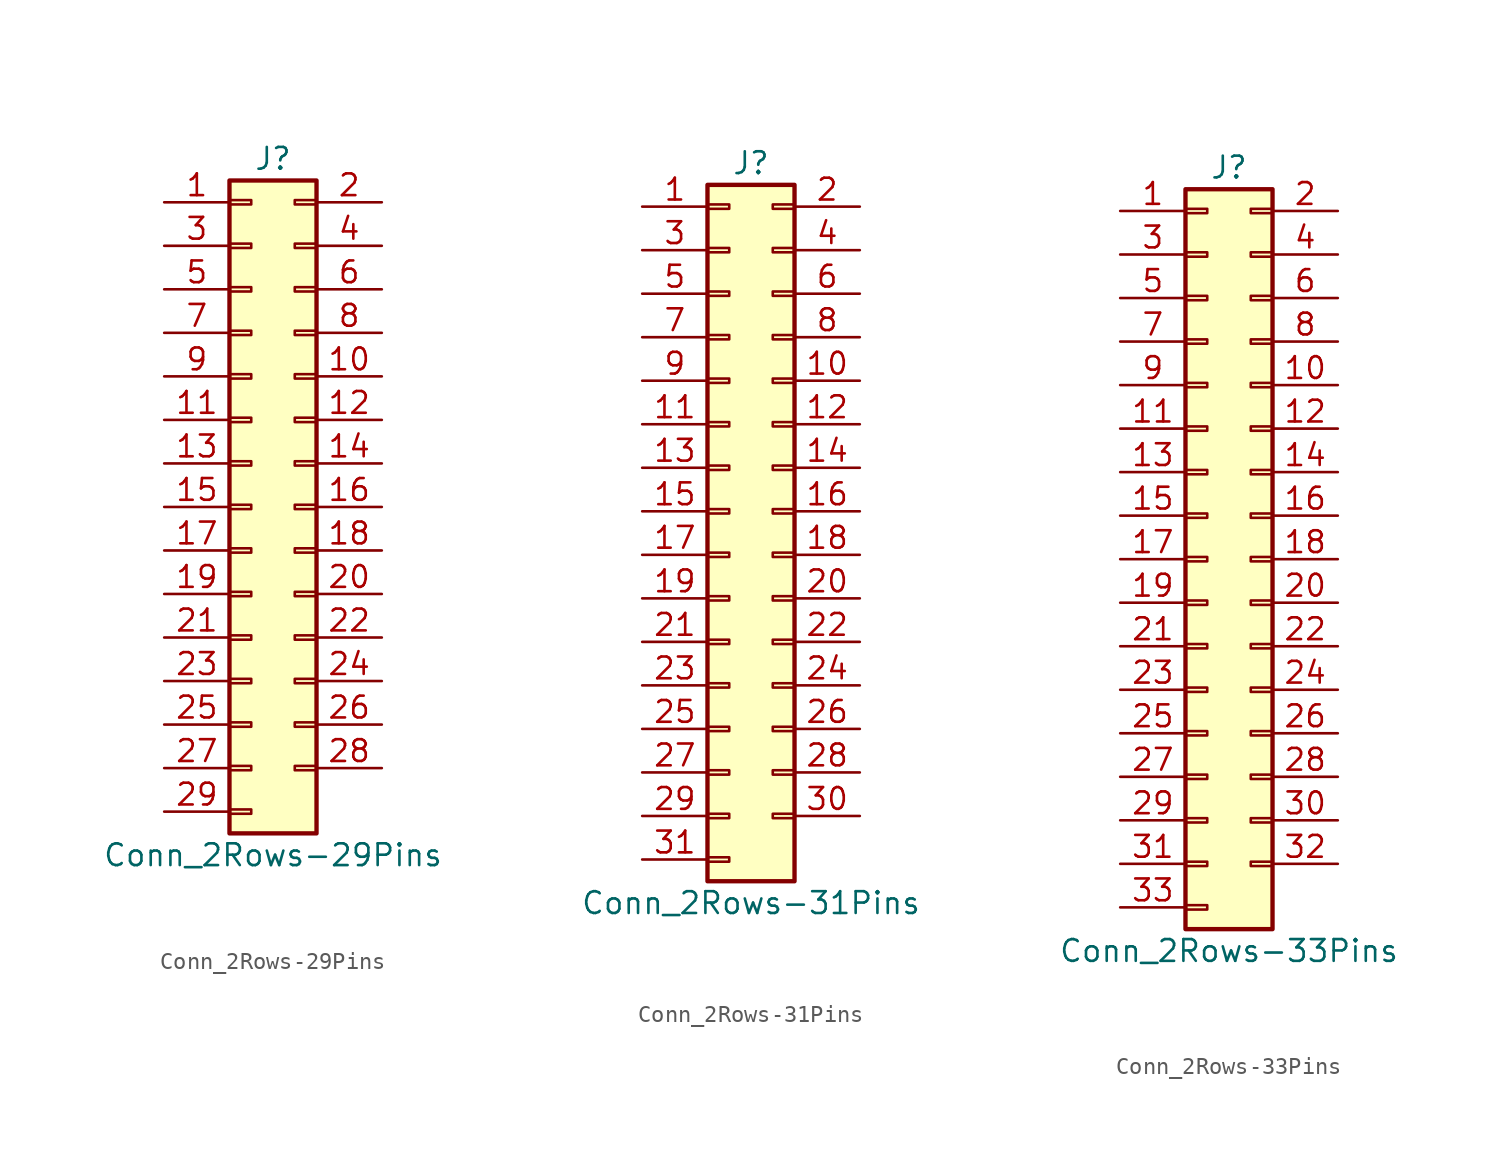
<source format=kicad_sym>
(kicad_symbol_lib
  (version 20201005)
  (generator kicad_symbol_editor)
  (symbol "Connector_Generic:Conn_2Rows-29Pins"
    (pin_names
      (offset 1.016) hide)
    (property "Reference" "J"
      (at 1.27 20.32 0)
      (effects (font (size 1.27 1.27))))
    (property "Value" "Conn_2Rows-29Pins"
      (at 1.27 -20.32 0)
      (effects (font (size 1.27 1.27))))
    (symbol "Conn_2Rows-29Pins_1_1"
      (rectangle (start -1.27 -4.953) (end 0 -5.207) (stroke (width 0.152)) (fill (type none)))
      (rectangle (start -1.27 -7.493) (end 0 -7.747) (stroke (width 0.152)) (fill (type none)))
      (rectangle (start -1.27 -10.033) (end 0 -10.287) (stroke (width 0.152)) (fill (type none)))
      (rectangle (start -1.27 -12.573) (end 0 -12.827) (stroke (width 0.152)) (fill (type none)))
      (rectangle (start -1.27 -15.113) (end 0 -15.367) (stroke (width 0.152)) (fill (type none)))
      (rectangle (start -1.27 -17.653) (end 0 -17.907) (stroke (width 0.152)) (fill (type none)))
      (rectangle (start -1.27 -2.413) (end 0 -2.667) (stroke (width 0.152)) (fill (type none)))
      (rectangle (start -1.27 2.667) (end 0 2.413) (stroke (width 0.152)) (fill (type none)))
      (rectangle (start -1.27 5.207) (end 0 4.953) (stroke (width 0.152)) (fill (type none)))
      (rectangle (start -1.27 7.747) (end 0 7.493) (stroke (width 0.152)) (fill (type none)))
      (rectangle (start -1.27 10.287) (end 0 10.033) (stroke (width 0.152)) (fill (type none)))
      (rectangle (start -1.27 0.127) (end 0 -0.127) (stroke (width 0.152)) (fill (type none)))
      (rectangle (start -1.27 12.827) (end 0 12.573) (stroke (width 0.152)) (fill (type none)))
      (rectangle (start -1.27 15.367) (end 0 15.113) (stroke (width 0.152)) (fill (type none)))
      (rectangle (start -1.27 17.907) (end 0 17.653) (stroke (width 0.152)) (fill (type none)))
      (rectangle (start -1.27 19.05) (end 3.81 -19.05) (stroke (width 0.254)) (fill (type background)))
      (rectangle (start 3.81 -4.953) (end 2.54 -5.207) (stroke (width 0.152)) (fill (type none)))
      (rectangle (start 3.81 -7.493) (end 2.54 -7.747) (stroke (width 0.152)) (fill (type none)))
      (rectangle (start 3.81 -10.033) (end 2.54 -10.287) (stroke (width 0.152)) (fill (type none)))
      (rectangle (start 3.81 -12.573) (end 2.54 -12.827) (stroke (width 0.152)) (fill (type none)))
      (rectangle (start 3.81 -15.113) (end 2.54 -15.367) (stroke (width 0.152)) (fill (type none)))
      (rectangle (start 3.81 -2.413) (end 2.54 -2.667) (stroke (width 0.152)) (fill (type none)))
      (rectangle (start 3.81 2.667) (end 2.54 2.413) (stroke (width 0.152)) (fill (type none)))
      (rectangle (start 3.81 5.207) (end 2.54 4.953) (stroke (width 0.152)) (fill (type none)))
      (rectangle (start 3.81 7.747) (end 2.54 7.493) (stroke (width 0.152)) (fill (type none)))
      (rectangle (start 3.81 10.287) (end 2.54 10.033) (stroke (width 0.152)) (fill (type none)))
      (rectangle (start 3.81 0.127) (end 2.54 -0.127) (stroke (width 0.152)) (fill (type none)))
      (rectangle (start 3.81 12.827) (end 2.54 12.573) (stroke (width 0.152)) (fill (type none)))
      (rectangle (start 3.81 15.367) (end 2.54 15.113) (stroke (width 0.152)) (fill (type none)))
      (rectangle (start 3.81 17.907) (end 2.54 17.653) (stroke (width 0.152)) (fill (type none)))
      (pin passive line (at -5.08 17.78 0) (length 3.81) (name "Pin_1" (effects (font (size 1.27 1.27)))) (number "1" (effects (font (size 1.27 1.27)))))
      (pin passive line (at 7.62 7.62 180) (length 3.81) (name "Pin_10" (effects (font (size 1.27 1.27)))) (number "10" (effects (font (size 1.27 1.27)))))
      (pin passive line (at -5.08 5.08 0) (length 3.81) (name "Pin_11" (effects (font (size 1.27 1.27)))) (number "11" (effects (font (size 1.27 1.27)))))
      (pin passive line (at 7.62 5.08 180) (length 3.81) (name "Pin_12" (effects (font (size 1.27 1.27)))) (number "12" (effects (font (size 1.27 1.27)))))
      (pin passive line (at -5.08 2.54 0) (length 3.81) (name "Pin_13" (effects (font (size 1.27 1.27)))) (number "13" (effects (font (size 1.27 1.27)))))
      (pin passive line (at 7.62 2.54 180) (length 3.81) (name "Pin_14" (effects (font (size 1.27 1.27)))) (number "14" (effects (font (size 1.27 1.27)))))
      (pin passive line (at -5.08 0 0) (length 3.81) (name "Pin_15" (effects (font (size 1.27 1.27)))) (number "15" (effects (font (size 1.27 1.27)))))
      (pin passive line (at 7.62 0 180) (length 3.81) (name "Pin_16" (effects (font (size 1.27 1.27)))) (number "16" (effects (font (size 1.27 1.27)))))
      (pin passive line (at -5.08 -2.54 0) (length 3.81) (name "Pin_17" (effects (font (size 1.27 1.27)))) (number "17" (effects (font (size 1.27 1.27)))))
      (pin passive line (at 7.62 -2.54 180) (length 3.81) (name "Pin_18" (effects (font (size 1.27 1.27)))) (number "18" (effects (font (size 1.27 1.27)))))
      (pin passive line (at -5.08 -5.08 0) (length 3.81) (name "Pin_19" (effects (font (size 1.27 1.27)))) (number "19" (effects (font (size 1.27 1.27)))))
      (pin passive line (at 7.62 17.78 180) (length 3.81) (name "Pin_2" (effects (font (size 1.27 1.27)))) (number "2" (effects (font (size 1.27 1.27)))))
      (pin passive line (at 7.62 -5.08 180) (length 3.81) (name "Pin_20" (effects (font (size 1.27 1.27)))) (number "20" (effects (font (size 1.27 1.27)))))
      (pin passive line (at -5.08 -7.62 0) (length 3.81) (name "Pin_21" (effects (font (size 1.27 1.27)))) (number "21" (effects (font (size 1.27 1.27)))))
      (pin passive line (at 7.62 -7.62 180) (length 3.81) (name "Pin_22" (effects (font (size 1.27 1.27)))) (number "22" (effects (font (size 1.27 1.27)))))
      (pin passive line (at -5.08 -10.16 0) (length 3.81) (name "Pin_23" (effects (font (size 1.27 1.27)))) (number "23" (effects (font (size 1.27 1.27)))))
      (pin passive line (at 7.62 -10.16 180) (length 3.81) (name "Pin_24" (effects (font (size 1.27 1.27)))) (number "24" (effects (font (size 1.27 1.27)))))
      (pin passive line (at -5.08 -12.7 0) (length 3.81) (name "Pin_25" (effects (font (size 1.27 1.27)))) (number "25" (effects (font (size 1.27 1.27)))))
      (pin passive line (at 7.62 -12.7 180) (length 3.81) (name "Pin_26" (effects (font (size 1.27 1.27)))) (number "26" (effects (font (size 1.27 1.27)))))
      (pin passive line (at -5.08 -15.24 0) (length 3.81) (name "Pin_27" (effects (font (size 1.27 1.27)))) (number "27" (effects (font (size 1.27 1.27)))))
      (pin passive line (at 7.62 -15.24 180) (length 3.81) (name "Pin_28" (effects (font (size 1.27 1.27)))) (number "28" (effects (font (size 1.27 1.27)))))
      (pin passive line (at -5.08 -17.78 0) (length 3.81) (name "Pin_29" (effects (font (size 1.27 1.27)))) (number "29" (effects (font (size 1.27 1.27)))))
      (pin passive line (at -5.08 15.24 0) (length 3.81) (name "Pin_3" (effects (font (size 1.27 1.27)))) (number "3" (effects (font (size 1.27 1.27)))))
      (pin passive line (at 7.62 15.24 180) (length 3.81) (name "Pin_4" (effects (font (size 1.27 1.27)))) (number "4" (effects (font (size 1.27 1.27)))))
      (pin passive line (at -5.08 12.7 0) (length 3.81) (name "Pin_5" (effects (font (size 1.27 1.27)))) (number "5" (effects (font (size 1.27 1.27)))))
      (pin passive line (at 7.62 12.7 180) (length 3.81) (name "Pin_6" (effects (font (size 1.27 1.27)))) (number "6" (effects (font (size 1.27 1.27)))))
      (pin passive line (at -5.08 10.16 0) (length 3.81) (name "Pin_7" (effects (font (size 1.27 1.27)))) (number "7" (effects (font (size 1.27 1.27)))))
      (pin passive line (at 7.62 10.16 180) (length 3.81) (name "Pin_8" (effects (font (size 1.27 1.27)))) (number "8" (effects (font (size 1.27 1.27)))))
      (pin passive line (at -5.08 7.62 0) (length 3.81) (name "Pin_9" (effects (font (size 1.27 1.27)))) (number "9" (effects (font (size 1.27 1.27)))))))
  (symbol "Connector_Generic:Conn_2Rows-31Pins"
    (pin_names
      (offset 1.016) hide)
    (property "Reference" "J"
      (at 1.27 20.32 0)
      (effects (font (size 1.27 1.27))))
    (property "Value" "Conn_2Rows-31Pins"
      (at 1.27 -22.86 0)
      (effects (font (size 1.27 1.27))))
    (symbol "Conn_2Rows-31Pins_1_1"
      (rectangle (start -1.27 -4.953) (end 0 -5.207) (stroke (width 0.152)) (fill (type none)))
      (rectangle (start -1.27 -7.493) (end 0 -7.747) (stroke (width 0.152)) (fill (type none)))
      (rectangle (start -1.27 -10.033) (end 0 -10.287) (stroke (width 0.152)) (fill (type none)))
      (rectangle (start -1.27 -12.573) (end 0 -12.827) (stroke (width 0.152)) (fill (type none)))
      (rectangle (start -1.27 -15.113) (end 0 -15.367) (stroke (width 0.152)) (fill (type none)))
      (rectangle (start -1.27 -17.653) (end 0 -17.907) (stroke (width 0.152)) (fill (type none)))
      (rectangle (start -1.27 -20.193) (end 0 -20.447) (stroke (width 0.152)) (fill (type none)))
      (rectangle (start -1.27 -2.413) (end 0 -2.667) (stroke (width 0.152)) (fill (type none)))
      (rectangle (start -1.27 2.667) (end 0 2.413) (stroke (width 0.152)) (fill (type none)))
      (rectangle (start -1.27 5.207) (end 0 4.953) (stroke (width 0.152)) (fill (type none)))
      (rectangle (start -1.27 7.747) (end 0 7.493) (stroke (width 0.152)) (fill (type none)))
      (rectangle (start -1.27 10.287) (end 0 10.033) (stroke (width 0.152)) (fill (type none)))
      (rectangle (start -1.27 0.127) (end 0 -0.127) (stroke (width 0.152)) (fill (type none)))
      (rectangle (start -1.27 12.827) (end 0 12.573) (stroke (width 0.152)) (fill (type none)))
      (rectangle (start -1.27 15.367) (end 0 15.113) (stroke (width 0.152)) (fill (type none)))
      (rectangle (start -1.27 17.907) (end 0 17.653) (stroke (width 0.152)) (fill (type none)))
      (rectangle (start -1.27 19.05) (end 3.81 -21.59) (stroke (width 0.254)) (fill (type background)))
      (rectangle (start 3.81 -4.953) (end 2.54 -5.207) (stroke (width 0.152)) (fill (type none)))
      (rectangle (start 3.81 -7.493) (end 2.54 -7.747) (stroke (width 0.152)) (fill (type none)))
      (rectangle (start 3.81 -10.033) (end 2.54 -10.287) (stroke (width 0.152)) (fill (type none)))
      (rectangle (start 3.81 -12.573) (end 2.54 -12.827) (stroke (width 0.152)) (fill (type none)))
      (rectangle (start 3.81 -15.113) (end 2.54 -15.367) (stroke (width 0.152)) (fill (type none)))
      (rectangle (start 3.81 -17.653) (end 2.54 -17.907) (stroke (width 0.152)) (fill (type none)))
      (rectangle (start 3.81 -2.413) (end 2.54 -2.667) (stroke (width 0.152)) (fill (type none)))
      (rectangle (start 3.81 2.667) (end 2.54 2.413) (stroke (width 0.152)) (fill (type none)))
      (rectangle (start 3.81 5.207) (end 2.54 4.953) (stroke (width 0.152)) (fill (type none)))
      (rectangle (start 3.81 7.747) (end 2.54 7.493) (stroke (width 0.152)) (fill (type none)))
      (rectangle (start 3.81 10.287) (end 2.54 10.033) (stroke (width 0.152)) (fill (type none)))
      (rectangle (start 3.81 0.127) (end 2.54 -0.127) (stroke (width 0.152)) (fill (type none)))
      (rectangle (start 3.81 12.827) (end 2.54 12.573) (stroke (width 0.152)) (fill (type none)))
      (rectangle (start 3.81 15.367) (end 2.54 15.113) (stroke (width 0.152)) (fill (type none)))
      (rectangle (start 3.81 17.907) (end 2.54 17.653) (stroke (width 0.152)) (fill (type none)))
      (pin passive line (at -5.08 17.78 0) (length 3.81) (name "Pin_1" (effects (font (size 1.27 1.27)))) (number "1" (effects (font (size 1.27 1.27)))))
      (pin passive line (at 7.62 7.62 180) (length 3.81) (name "Pin_10" (effects (font (size 1.27 1.27)))) (number "10" (effects (font (size 1.27 1.27)))))
      (pin passive line (at -5.08 5.08 0) (length 3.81) (name "Pin_11" (effects (font (size 1.27 1.27)))) (number "11" (effects (font (size 1.27 1.27)))))
      (pin passive line (at 7.62 5.08 180) (length 3.81) (name "Pin_12" (effects (font (size 1.27 1.27)))) (number "12" (effects (font (size 1.27 1.27)))))
      (pin passive line (at -5.08 2.54 0) (length 3.81) (name "Pin_13" (effects (font (size 1.27 1.27)))) (number "13" (effects (font (size 1.27 1.27)))))
      (pin passive line (at 7.62 2.54 180) (length 3.81) (name "Pin_14" (effects (font (size 1.27 1.27)))) (number "14" (effects (font (size 1.27 1.27)))))
      (pin passive line (at -5.08 0 0) (length 3.81) (name "Pin_15" (effects (font (size 1.27 1.27)))) (number "15" (effects (font (size 1.27 1.27)))))
      (pin passive line (at 7.62 0 180) (length 3.81) (name "Pin_16" (effects (font (size 1.27 1.27)))) (number "16" (effects (font (size 1.27 1.27)))))
      (pin passive line (at -5.08 -2.54 0) (length 3.81) (name "Pin_17" (effects (font (size 1.27 1.27)))) (number "17" (effects (font (size 1.27 1.27)))))
      (pin passive line (at 7.62 -2.54 180) (length 3.81) (name "Pin_18" (effects (font (size 1.27 1.27)))) (number "18" (effects (font (size 1.27 1.27)))))
      (pin passive line (at -5.08 -5.08 0) (length 3.81) (name "Pin_19" (effects (font (size 1.27 1.27)))) (number "19" (effects (font (size 1.27 1.27)))))
      (pin passive line (at 7.62 17.78 180) (length 3.81) (name "Pin_2" (effects (font (size 1.27 1.27)))) (number "2" (effects (font (size 1.27 1.27)))))
      (pin passive line (at 7.62 -5.08 180) (length 3.81) (name "Pin_20" (effects (font (size 1.27 1.27)))) (number "20" (effects (font (size 1.27 1.27)))))
      (pin passive line (at -5.08 -7.62 0) (length 3.81) (name "Pin_21" (effects (font (size 1.27 1.27)))) (number "21" (effects (font (size 1.27 1.27)))))
      (pin passive line (at 7.62 -7.62 180) (length 3.81) (name "Pin_22" (effects (font (size 1.27 1.27)))) (number "22" (effects (font (size 1.27 1.27)))))
      (pin passive line (at -5.08 -10.16 0) (length 3.81) (name "Pin_23" (effects (font (size 1.27 1.27)))) (number "23" (effects (font (size 1.27 1.27)))))
      (pin passive line (at 7.62 -10.16 180) (length 3.81) (name "Pin_24" (effects (font (size 1.27 1.27)))) (number "24" (effects (font (size 1.27 1.27)))))
      (pin passive line (at -5.08 -12.7 0) (length 3.81) (name "Pin_25" (effects (font (size 1.27 1.27)))) (number "25" (effects (font (size 1.27 1.27)))))
      (pin passive line (at 7.62 -12.7 180) (length 3.81) (name "Pin_26" (effects (font (size 1.27 1.27)))) (number "26" (effects (font (size 1.27 1.27)))))
      (pin passive line (at -5.08 -15.24 0) (length 3.81) (name "Pin_27" (effects (font (size 1.27 1.27)))) (number "27" (effects (font (size 1.27 1.27)))))
      (pin passive line (at 7.62 -15.24 180) (length 3.81) (name "Pin_28" (effects (font (size 1.27 1.27)))) (number "28" (effects (font (size 1.27 1.27)))))
      (pin passive line (at -5.08 -17.78 0) (length 3.81) (name "Pin_29" (effects (font (size 1.27 1.27)))) (number "29" (effects (font (size 1.27 1.27)))))
      (pin passive line (at -5.08 15.24 0) (length 3.81) (name "Pin_3" (effects (font (size 1.27 1.27)))) (number "3" (effects (font (size 1.27 1.27)))))
      (pin passive line (at 7.62 -17.78 180) (length 3.81) (name "Pin_30" (effects (font (size 1.27 1.27)))) (number "30" (effects (font (size 1.27 1.27)))))
      (pin passive line (at -5.08 -20.32 0) (length 3.81) (name "Pin_31" (effects (font (size 1.27 1.27)))) (number "31" (effects (font (size 1.27 1.27)))))
      (pin passive line (at 7.62 15.24 180) (length 3.81) (name "Pin_4" (effects (font (size 1.27 1.27)))) (number "4" (effects (font (size 1.27 1.27)))))
      (pin passive line (at -5.08 12.7 0) (length 3.81) (name "Pin_5" (effects (font (size 1.27 1.27)))) (number "5" (effects (font (size 1.27 1.27)))))
      (pin passive line (at 7.62 12.7 180) (length 3.81) (name "Pin_6" (effects (font (size 1.27 1.27)))) (number "6" (effects (font (size 1.27 1.27)))))
      (pin passive line (at -5.08 10.16 0) (length 3.81) (name "Pin_7" (effects (font (size 1.27 1.27)))) (number "7" (effects (font (size 1.27 1.27)))))
      (pin passive line (at 7.62 10.16 180) (length 3.81) (name "Pin_8" (effects (font (size 1.27 1.27)))) (number "8" (effects (font (size 1.27 1.27)))))
      (pin passive line (at -5.08 7.62 0) (length 3.81) (name "Pin_9" (effects (font (size 1.27 1.27)))) (number "9" (effects (font (size 1.27 1.27)))))))
  (symbol "Connector_Generic:Conn_2Rows-33Pins"
    (pin_names
      (offset 1.016) hide)
    (property "Reference" "J"
      (at 1.27 22.86 0)
      (effects (font (size 1.27 1.27))))
    (property "Value" "Conn_2Rows-33Pins"
      (at 1.27 -22.86 0)
      (effects (font (size 1.27 1.27))))
    (symbol "Conn_2Rows-33Pins_1_1"
      (rectangle (start -1.27 -4.953) (end 0 -5.207) (stroke (width 0.152)) (fill (type none)))
      (rectangle (start -1.27 -7.493) (end 0 -7.747) (stroke (width 0.152)) (fill (type none)))
      (rectangle (start -1.27 -10.033) (end 0 -10.287) (stroke (width 0.152)) (fill (type none)))
      (rectangle (start -1.27 -12.573) (end 0 -12.827) (stroke (width 0.152)) (fill (type none)))
      (rectangle (start -1.27 -15.113) (end 0 -15.367) (stroke (width 0.152)) (fill (type none)))
      (rectangle (start -1.27 -17.653) (end 0 -17.907) (stroke (width 0.152)) (fill (type none)))
      (rectangle (start -1.27 -20.193) (end 0 -20.447) (stroke (width 0.152)) (fill (type none)))
      (rectangle (start -1.27 -2.413) (end 0 -2.667) (stroke (width 0.152)) (fill (type none)))
      (rectangle (start -1.27 2.667) (end 0 2.413) (stroke (width 0.152)) (fill (type none)))
      (rectangle (start -1.27 5.207) (end 0 4.953) (stroke (width 0.152)) (fill (type none)))
      (rectangle (start -1.27 7.747) (end 0 7.493) (stroke (width 0.152)) (fill (type none)))
      (rectangle (start -1.27 10.287) (end 0 10.033) (stroke (width 0.152)) (fill (type none)))
      (rectangle (start -1.27 0.127) (end 0 -0.127) (stroke (width 0.152)) (fill (type none)))
      (rectangle (start -1.27 12.827) (end 0 12.573) (stroke (width 0.152)) (fill (type none)))
      (rectangle (start -1.27 15.367) (end 0 15.113) (stroke (width 0.152)) (fill (type none)))
      (rectangle (start -1.27 17.907) (end 0 17.653) (stroke (width 0.152)) (fill (type none)))
      (rectangle (start -1.27 20.447) (end 0 20.193) (stroke (width 0.152)) (fill (type none)))
      (rectangle (start -1.27 21.59) (end 3.81 -21.59) (stroke (width 0.254)) (fill (type background)))
      (rectangle (start 3.81 -4.953) (end 2.54 -5.207) (stroke (width 0.152)) (fill (type none)))
      (rectangle (start 3.81 -7.493) (end 2.54 -7.747) (stroke (width 0.152)) (fill (type none)))
      (rectangle (start 3.81 -10.033) (end 2.54 -10.287) (stroke (width 0.152)) (fill (type none)))
      (rectangle (start 3.81 -12.573) (end 2.54 -12.827) (stroke (width 0.152)) (fill (type none)))
      (rectangle (start 3.81 -15.113) (end 2.54 -15.367) (stroke (width 0.152)) (fill (type none)))
      (rectangle (start 3.81 -17.653) (end 2.54 -17.907) (stroke (width 0.152)) (fill (type none)))
      (rectangle (start 3.81 -2.413) (end 2.54 -2.667) (stroke (width 0.152)) (fill (type none)))
      (rectangle (start 3.81 2.667) (end 2.54 2.413) (stroke (width 0.152)) (fill (type none)))
      (rectangle (start 3.81 5.207) (end 2.54 4.953) (stroke (width 0.152)) (fill (type none)))
      (rectangle (start 3.81 7.747) (end 2.54 7.493) (stroke (width 0.152)) (fill (type none)))
      (rectangle (start 3.81 10.287) (end 2.54 10.033) (stroke (width 0.152)) (fill (type none)))
      (rectangle (start 3.81 0.127) (end 2.54 -0.127) (stroke (width 0.152)) (fill (type none)))
      (rectangle (start 3.81 12.827) (end 2.54 12.573) (stroke (width 0.152)) (fill (type none)))
      (rectangle (start 3.81 15.367) (end 2.54 15.113) (stroke (width 0.152)) (fill (type none)))
      (rectangle (start 3.81 17.907) (end 2.54 17.653) (stroke (width 0.152)) (fill (type none)))
      (rectangle (start 3.81 20.447) (end 2.54 20.193) (stroke (width 0.152)) (fill (type none)))
      (pin passive line (at -5.08 20.32 0) (length 3.81) (name "Pin_1" (effects (font (size 1.27 1.27)))) (number "1" (effects (font (size 1.27 1.27)))))
      (pin passive line (at 7.62 10.16 180) (length 3.81) (name "Pin_10" (effects (font (size 1.27 1.27)))) (number "10" (effects (font (size 1.27 1.27)))))
      (pin passive line (at -5.08 7.62 0) (length 3.81) (name "Pin_11" (effects (font (size 1.27 1.27)))) (number "11" (effects (font (size 1.27 1.27)))))
      (pin passive line (at 7.62 7.62 180) (length 3.81) (name "Pin_12" (effects (font (size 1.27 1.27)))) (number "12" (effects (font (size 1.27 1.27)))))
      (pin passive line (at -5.08 5.08 0) (length 3.81) (name "Pin_13" (effects (font (size 1.27 1.27)))) (number "13" (effects (font (size 1.27 1.27)))))
      (pin passive line (at 7.62 5.08 180) (length 3.81) (name "Pin_14" (effects (font (size 1.27 1.27)))) (number "14" (effects (font (size 1.27 1.27)))))
      (pin passive line (at -5.08 2.54 0) (length 3.81) (name "Pin_15" (effects (font (size 1.27 1.27)))) (number "15" (effects (font (size 1.27 1.27)))))
      (pin passive line (at 7.62 2.54 180) (length 3.81) (name "Pin_16" (effects (font (size 1.27 1.27)))) (number "16" (effects (font (size 1.27 1.27)))))
      (pin passive line (at -5.08 0 0) (length 3.81) (name "Pin_17" (effects (font (size 1.27 1.27)))) (number "17" (effects (font (size 1.27 1.27)))))
      (pin passive line (at 7.62 0 180) (length 3.81) (name "Pin_18" (effects (font (size 1.27 1.27)))) (number "18" (effects (font (size 1.27 1.27)))))
      (pin passive line (at -5.08 -2.54 0) (length 3.81) (name "Pin_19" (effects (font (size 1.27 1.27)))) (number "19" (effects (font (size 1.27 1.27)))))
      (pin passive line (at 7.62 20.32 180) (length 3.81) (name "Pin_2" (effects (font (size 1.27 1.27)))) (number "2" (effects (font (size 1.27 1.27)))))
      (pin passive line (at 7.62 -2.54 180) (length 3.81) (name "Pin_20" (effects (font (size 1.27 1.27)))) (number "20" (effects (font (size 1.27 1.27)))))
      (pin passive line (at -5.08 -5.08 0) (length 3.81) (name "Pin_21" (effects (font (size 1.27 1.27)))) (number "21" (effects (font (size 1.27 1.27)))))
      (pin passive line (at 7.62 -5.08 180) (length 3.81) (name "Pin_22" (effects (font (size 1.27 1.27)))) (number "22" (effects (font (size 1.27 1.27)))))
      (pin passive line (at -5.08 -7.62 0) (length 3.81) (name "Pin_23" (effects (font (size 1.27 1.27)))) (number "23" (effects (font (size 1.27 1.27)))))
      (pin passive line (at 7.62 -7.62 180) (length 3.81) (name "Pin_24" (effects (font (size 1.27 1.27)))) (number "24" (effects (font (size 1.27 1.27)))))
      (pin passive line (at -5.08 -10.16 0) (length 3.81) (name "Pin_25" (effects (font (size 1.27 1.27)))) (number "25" (effects (font (size 1.27 1.27)))))
      (pin passive line (at 7.62 -10.16 180) (length 3.81) (name "Pin_26" (effects (font (size 1.27 1.27)))) (number "26" (effects (font (size 1.27 1.27)))))
      (pin passive line (at -5.08 -12.7 0) (length 3.81) (name "Pin_27" (effects (font (size 1.27 1.27)))) (number "27" (effects (font (size 1.27 1.27)))))
      (pin passive line (at 7.62 -12.7 180) (length 3.81) (name "Pin_28" (effects (font (size 1.27 1.27)))) (number "28" (effects (font (size 1.27 1.27)))))
      (pin passive line (at -5.08 -15.24 0) (length 3.81) (name "Pin_29" (effects (font (size 1.27 1.27)))) (number "29" (effects (font (size 1.27 1.27)))))
      (pin passive line (at -5.08 17.78 0) (length 3.81) (name "Pin_3" (effects (font (size 1.27 1.27)))) (number "3" (effects (font (size 1.27 1.27)))))
      (pin passive line (at 7.62 -15.24 180) (length 3.81) (name "Pin_30" (effects (font (size 1.27 1.27)))) (number "30" (effects (font (size 1.27 1.27)))))
      (pin passive line (at -5.08 -17.78 0) (length 3.81) (name "Pin_31" (effects (font (size 1.27 1.27)))) (number "31" (effects (font (size 1.27 1.27)))))
      (pin passive line (at 7.62 -17.78 180) (length 3.81) (name "Pin_32" (effects (font (size 1.27 1.27)))) (number "32" (effects (font (size 1.27 1.27)))))
      (pin passive line (at -5.08 -20.32 0) (length 3.81) (name "Pin_33" (effects (font (size 1.27 1.27)))) (number "33" (effects (font (size 1.27 1.27)))))
      (pin passive line (at 7.62 17.78 180) (length 3.81) (name "Pin_4" (effects (font (size 1.27 1.27)))) (number "4" (effects (font (size 1.27 1.27)))))
      (pin passive line (at -5.08 15.24 0) (length 3.81) (name "Pin_5" (effects (font (size 1.27 1.27)))) (number "5" (effects (font (size 1.27 1.27)))))
      (pin passive line (at 7.62 15.24 180) (length 3.81) (name "Pin_6" (effects (font (size 1.27 1.27)))) (number "6" (effects (font (size 1.27 1.27)))))
      (pin passive line (at -5.08 12.7 0) (length 3.81) (name "Pin_7" (effects (font (size 1.27 1.27)))) (number "7" (effects (font (size 1.27 1.27)))))
      (pin passive line (at 7.62 12.7 180) (length 3.81) (name "Pin_8" (effects (font (size 1.27 1.27)))) (number "8" (effects (font (size 1.27 1.27)))))
      (pin passive line (at -5.08 10.16 0) (length 3.81) (name "Pin_9" (effects (font (size 1.27 1.27)))) (number "9" (effects (font (size 1.27 1.27))))))))
</source>
